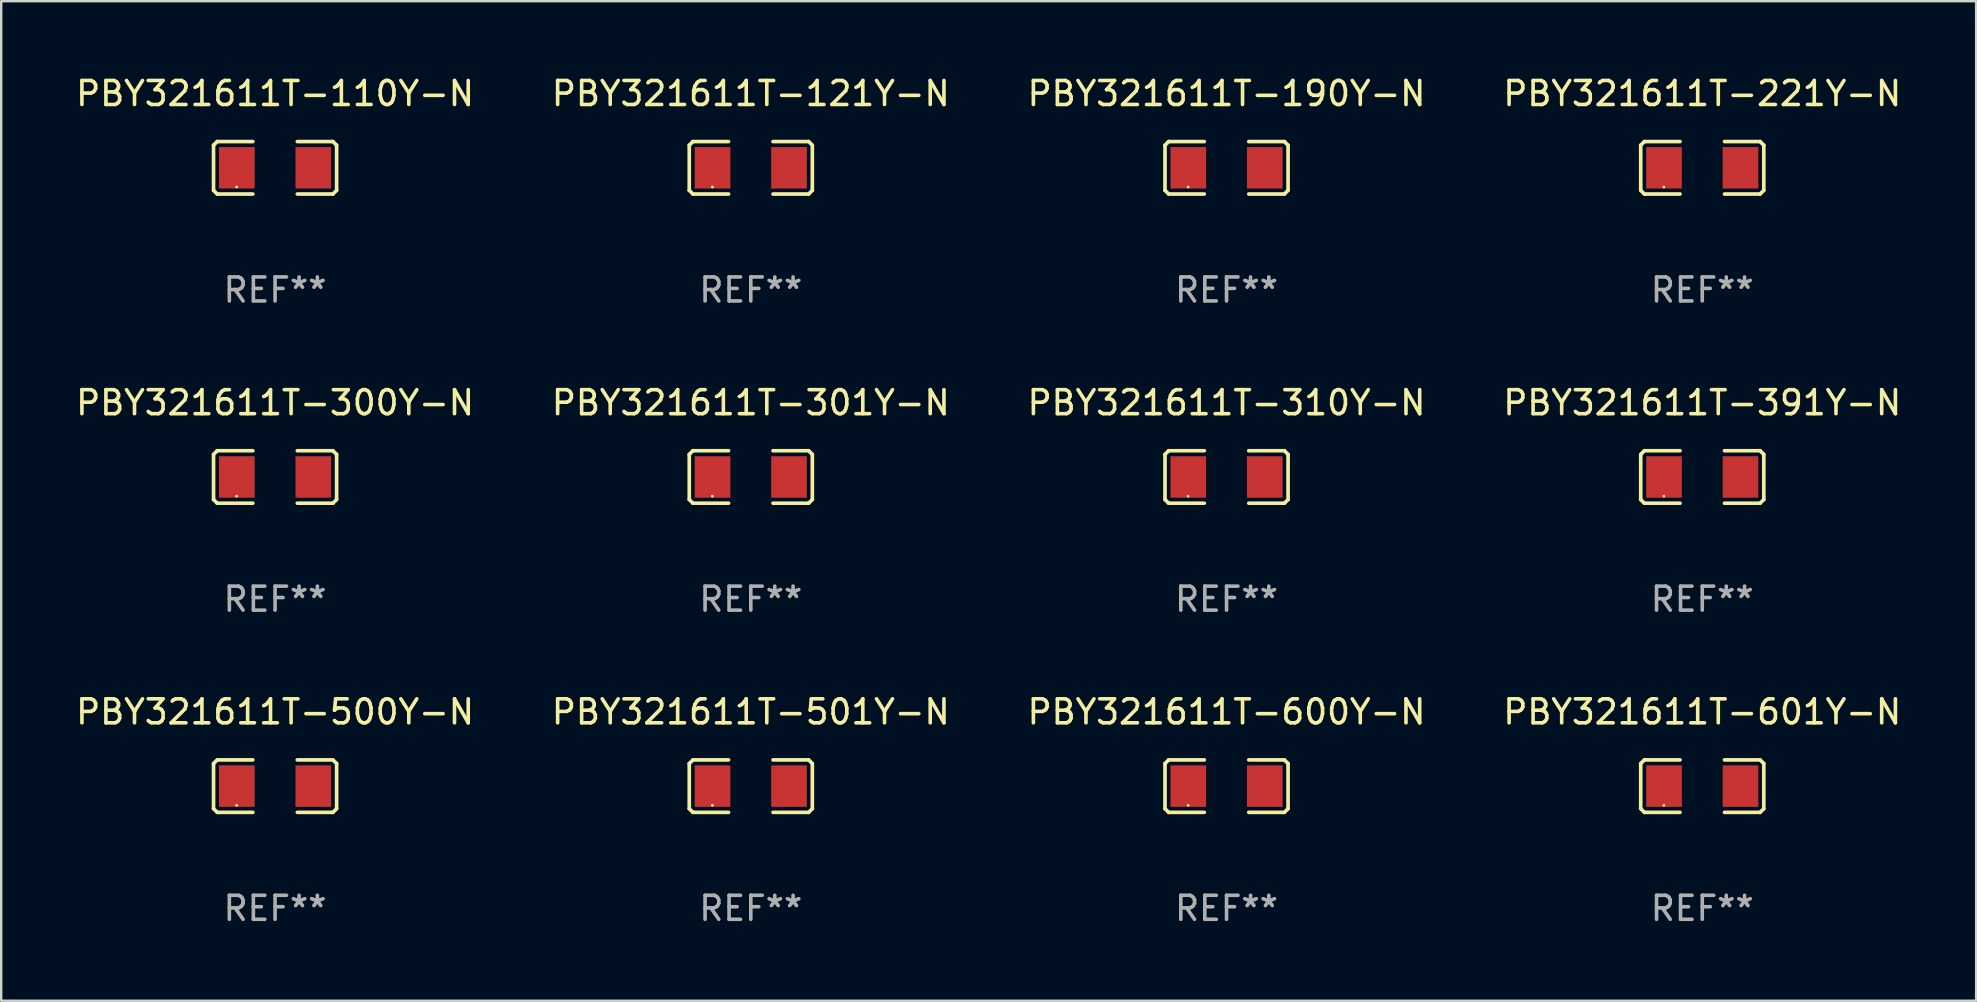
<source format=kicad_pcb>
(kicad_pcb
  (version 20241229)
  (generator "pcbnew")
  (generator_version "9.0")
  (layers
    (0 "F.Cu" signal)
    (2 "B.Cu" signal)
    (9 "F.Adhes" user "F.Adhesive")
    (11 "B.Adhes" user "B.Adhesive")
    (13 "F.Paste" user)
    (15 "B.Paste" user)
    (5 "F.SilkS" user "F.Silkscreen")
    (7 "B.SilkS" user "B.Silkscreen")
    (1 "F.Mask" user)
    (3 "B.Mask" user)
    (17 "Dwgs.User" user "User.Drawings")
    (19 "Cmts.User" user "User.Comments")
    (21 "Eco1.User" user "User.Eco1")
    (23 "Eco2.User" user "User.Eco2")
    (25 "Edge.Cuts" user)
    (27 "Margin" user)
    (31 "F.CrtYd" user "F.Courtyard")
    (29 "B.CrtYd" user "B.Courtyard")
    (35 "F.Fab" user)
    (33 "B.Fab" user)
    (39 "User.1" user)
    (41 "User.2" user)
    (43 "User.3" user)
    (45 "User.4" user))
  (footprint "PBY321611T-501Y-N"
    (layer "F.Cu")
    (at 28.232 29.704)
    (property "Reference" "PBY321611T-501Y-N" (at 0 -3.093 0) (layer "F.SilkS") (effects (font (size 1 1) (thickness 0.15))))
    (attr through_hole)
    (fp_line (start -2.564 -0.94) (end -2.411 -1.093) (stroke (width 0.152) (type solid)) (layer "F.SilkS"))
    (fp_line (start -2.564 0.94) (end -2.564 -0.94) (stroke (width 0.152) (type solid)) (layer "F.SilkS"))
    (fp_line (start -2.411 -1.093) (end -0.926 -1.093) (stroke (width 0.152) (type solid)) (layer "F.SilkS"))
    (fp_line (start -2.411 1.093) (end -2.564 0.94) (stroke (width 0.152) (type solid)) (layer "F.SilkS"))
    (fp_line (start -0.926 1.093) (end -2.411 1.093) (stroke (width 0.152) (type solid)) (layer "F.SilkS"))
    (fp_line (start 0.926 1.093) (end 2.411 1.093) (stroke (width 0.152) (type solid)) (layer "F.SilkS"))
    (fp_line (start 2.411 -1.093) (end 0.926 -1.093) (stroke (width 0.152) (type solid)) (layer "F.SilkS"))
    (fp_line (start 2.411 1.093) (end 2.564 0.94) (stroke (width 0.152) (type solid)) (layer "F.SilkS"))
    (fp_line (start 2.564 -0.94) (end 2.411 -1.093) (stroke (width 0.152) (type solid)) (layer "F.SilkS"))
    (fp_line (start 2.564 0.94) (end 2.564 -0.94) (stroke (width 0.152) (type solid)) (layer "F.SilkS"))
    (fp_circle (center -1.6 0.8) (end -1.57 0.8) (stroke (width 0.06) (type solid)) (fill no) (layer "F.SilkS"))
    (fp_text user "REF**" (at 0 5.093 0) (layer "F.Fab") (effects (font (size 1 1) (thickness 0.15))))
    (pad "1" smd rect (at -1.593 0) (size 1.485 1.728) (layers "F.Cu" "F.Mask" "F.Paste"))
    (pad "2" smd rect (at 1.593 0) (size 1.485 1.728) (layers "F.Cu" "F.Mask" "F.Paste")))
  (footprint "PBY321611T-301Y-N"
    (layer "F.Cu")
    (at 28.232 16.823)
    (property "Reference" "PBY321611T-301Y-N" (at 0 -3.093 0) (layer "F.SilkS") (effects (font (size 1 1) (thickness 0.15))))
    (attr through_hole)
    (fp_line (start -2.564 -0.94) (end -2.411 -1.093) (stroke (width 0.152) (type solid)) (layer "F.SilkS"))
    (fp_line (start -2.564 0.94) (end -2.564 -0.94) (stroke (width 0.152) (type solid)) (layer "F.SilkS"))
    (fp_line (start -2.411 -1.093) (end -0.926 -1.093) (stroke (width 0.152) (type solid)) (layer "F.SilkS"))
    (fp_line (start -2.411 1.093) (end -2.564 0.94) (stroke (width 0.152) (type solid)) (layer "F.SilkS"))
    (fp_line (start -0.926 1.093) (end -2.411 1.093) (stroke (width 0.152) (type solid)) (layer "F.SilkS"))
    (fp_line (start 0.926 1.093) (end 2.411 1.093) (stroke (width 0.152) (type solid)) (layer "F.SilkS"))
    (fp_line (start 2.411 -1.093) (end 0.926 -1.093) (stroke (width 0.152) (type solid)) (layer "F.SilkS"))
    (fp_line (start 2.411 1.093) (end 2.564 0.94) (stroke (width 0.152) (type solid)) (layer "F.SilkS"))
    (fp_line (start 2.564 -0.94) (end 2.411 -1.093) (stroke (width 0.152) (type solid)) (layer "F.SilkS"))
    (fp_line (start 2.564 0.94) (end 2.564 -0.94) (stroke (width 0.152) (type solid)) (layer "F.SilkS"))
    (fp_circle (center -1.6 0.8) (end -1.57 0.8) (stroke (width 0.06) (type solid)) (fill no) (layer "F.SilkS"))
    (fp_text user "REF**" (at 0 5.093 0) (layer "F.Fab") (effects (font (size 1 1) (thickness 0.15))))
    (pad "1" smd rect (at -1.593 0) (size 1.485 1.728) (layers "F.Cu" "F.Mask" "F.Paste"))
    (pad "2" smd rect (at 1.593 0) (size 1.485 1.728) (layers "F.Cu" "F.Mask" "F.Paste")))
  (footprint "PBY321611T-600Y-N"
    (layer "F.Cu")
    (at 48.054 29.704)
    (property "Reference" "PBY321611T-600Y-N" (at 0 -3.093 0) (layer "F.SilkS") (effects (font (size 1 1) (thickness 0.15))))
    (attr through_hole)
    (fp_line (start -2.564 -0.94) (end -2.411 -1.093) (stroke (width 0.152) (type solid)) (layer "F.SilkS"))
    (fp_line (start -2.564 0.94) (end -2.564 -0.94) (stroke (width 0.152) (type solid)) (layer "F.SilkS"))
    (fp_line (start -2.411 -1.093) (end -0.926 -1.093) (stroke (width 0.152) (type solid)) (layer "F.SilkS"))
    (fp_line (start -2.411 1.093) (end -2.564 0.94) (stroke (width 0.152) (type solid)) (layer "F.SilkS"))
    (fp_line (start -0.926 1.093) (end -2.411 1.093) (stroke (width 0.152) (type solid)) (layer "F.SilkS"))
    (fp_line (start 0.926 1.093) (end 2.411 1.093) (stroke (width 0.152) (type solid)) (layer "F.SilkS"))
    (fp_line (start 2.411 -1.093) (end 0.926 -1.093) (stroke (width 0.152) (type solid)) (layer "F.SilkS"))
    (fp_line (start 2.411 1.093) (end 2.564 0.94) (stroke (width 0.152) (type solid)) (layer "F.SilkS"))
    (fp_line (start 2.564 -0.94) (end 2.411 -1.093) (stroke (width 0.152) (type solid)) (layer "F.SilkS"))
    (fp_line (start 2.564 0.94) (end 2.564 -0.94) (stroke (width 0.152) (type solid)) (layer "F.SilkS"))
    (fp_circle (center -1.6 0.8) (end -1.57 0.8) (stroke (width 0.06) (type solid)) (fill no) (layer "F.SilkS"))
    (fp_text user "REF**" (at 0 5.093 0) (layer "F.Fab") (effects (font (size 1 1) (thickness 0.15))))
    (pad "1" smd rect (at -1.593 0) (size 1.485 1.728) (layers "F.Cu" "F.Mask" "F.Paste"))
    (pad "2" smd rect (at 1.593 0) (size 1.485 1.728) (layers "F.Cu" "F.Mask" "F.Paste")))
  (footprint "PBY321611T-310Y-N"
    (layer "F.Cu")
    (at 48.054 16.823)
    (property "Reference" "PBY321611T-310Y-N" (at 0 -3.093 0) (layer "F.SilkS") (effects (font (size 1 1) (thickness 0.15))))
    (attr through_hole)
    (fp_line (start -2.564 -0.94) (end -2.411 -1.093) (stroke (width 0.152) (type solid)) (layer "F.SilkS"))
    (fp_line (start -2.564 0.94) (end -2.564 -0.94) (stroke (width 0.152) (type solid)) (layer "F.SilkS"))
    (fp_line (start -2.411 -1.093) (end -0.926 -1.093) (stroke (width 0.152) (type solid)) (layer "F.SilkS"))
    (fp_line (start -2.411 1.093) (end -2.564 0.94) (stroke (width 0.152) (type solid)) (layer "F.SilkS"))
    (fp_line (start -0.926 1.093) (end -2.411 1.093) (stroke (width 0.152) (type solid)) (layer "F.SilkS"))
    (fp_line (start 0.926 1.093) (end 2.411 1.093) (stroke (width 0.152) (type solid)) (layer "F.SilkS"))
    (fp_line (start 2.411 -1.093) (end 0.926 -1.093) (stroke (width 0.152) (type solid)) (layer "F.SilkS"))
    (fp_line (start 2.411 1.093) (end 2.564 0.94) (stroke (width 0.152) (type solid)) (layer "F.SilkS"))
    (fp_line (start 2.564 -0.94) (end 2.411 -1.093) (stroke (width 0.152) (type solid)) (layer "F.SilkS"))
    (fp_line (start 2.564 0.94) (end 2.564 -0.94) (stroke (width 0.152) (type solid)) (layer "F.SilkS"))
    (fp_circle (center -1.6 0.8) (end -1.57 0.8) (stroke (width 0.06) (type solid)) (fill no) (layer "F.SilkS"))
    (fp_text user "REF**" (at 0 5.093 0) (layer "F.Fab") (effects (font (size 1 1) (thickness 0.15))))
    (pad "1" smd rect (at -1.593 0) (size 1.485 1.728) (layers "F.Cu" "F.Mask" "F.Paste"))
    (pad "2" smd rect (at 1.593 0) (size 1.485 1.728) (layers "F.Cu" "F.Mask" "F.Paste")))
  (footprint "PBY321611T-391Y-N"
    (layer "F.Cu")
    (at 67.875 16.823)
    (property "Reference" "PBY321611T-391Y-N" (at 0 -3.093 0) (layer "F.SilkS") (effects (font (size 1 1) (thickness 0.15))))
    (attr through_hole)
    (fp_line (start -2.564 -0.94) (end -2.411 -1.093) (stroke (width 0.152) (type solid)) (layer "F.SilkS"))
    (fp_line (start -2.564 0.94) (end -2.564 -0.94) (stroke (width 0.152) (type solid)) (layer "F.SilkS"))
    (fp_line (start -2.411 -1.093) (end -0.926 -1.093) (stroke (width 0.152) (type solid)) (layer "F.SilkS"))
    (fp_line (start -2.411 1.093) (end -2.564 0.94) (stroke (width 0.152) (type solid)) (layer "F.SilkS"))
    (fp_line (start -0.926 1.093) (end -2.411 1.093) (stroke (width 0.152) (type solid)) (layer "F.SilkS"))
    (fp_line (start 0.926 1.093) (end 2.411 1.093) (stroke (width 0.152) (type solid)) (layer "F.SilkS"))
    (fp_line (start 2.411 -1.093) (end 0.926 -1.093) (stroke (width 0.152) (type solid)) (layer "F.SilkS"))
    (fp_line (start 2.411 1.093) (end 2.564 0.94) (stroke (width 0.152) (type solid)) (layer "F.SilkS"))
    (fp_line (start 2.564 -0.94) (end 2.411 -1.093) (stroke (width 0.152) (type solid)) (layer "F.SilkS"))
    (fp_line (start 2.564 0.94) (end 2.564 -0.94) (stroke (width 0.152) (type solid)) (layer "F.SilkS"))
    (fp_circle (center -1.6 0.8) (end -1.57 0.8) (stroke (width 0.06) (type solid)) (fill no) (layer "F.SilkS"))
    (fp_text user "REF**" (at 0 5.093 0) (layer "F.Fab") (effects (font (size 1 1) (thickness 0.15))))
    (pad "1" smd rect (at -1.593 0) (size 1.485 1.728) (layers "F.Cu" "F.Mask" "F.Paste"))
    (pad "2" smd rect (at 1.593 0) (size 1.485 1.728) (layers "F.Cu" "F.Mask" "F.Paste")))
  (footprint "PBY321611T-500Y-N"
    (layer "F.Cu")
    (at 8.411 29.704)
    (property "Reference" "PBY321611T-500Y-N" (at 0 -3.093 0) (layer "F.SilkS") (effects (font (size 1 1) (thickness 0.15))))
    (attr through_hole)
    (fp_line (start -2.564 -0.94) (end -2.411 -1.093) (stroke (width 0.152) (type solid)) (layer "F.SilkS"))
    (fp_line (start -2.564 0.94) (end -2.564 -0.94) (stroke (width 0.152) (type solid)) (layer "F.SilkS"))
    (fp_line (start -2.411 -1.093) (end -0.926 -1.093) (stroke (width 0.152) (type solid)) (layer "F.SilkS"))
    (fp_line (start -2.411 1.093) (end -2.564 0.94) (stroke (width 0.152) (type solid)) (layer "F.SilkS"))
    (fp_line (start -0.926 1.093) (end -2.411 1.093) (stroke (width 0.152) (type solid)) (layer "F.SilkS"))
    (fp_line (start 0.926 1.093) (end 2.411 1.093) (stroke (width 0.152) (type solid)) (layer "F.SilkS"))
    (fp_line (start 2.411 -1.093) (end 0.926 -1.093) (stroke (width 0.152) (type solid)) (layer "F.SilkS"))
    (fp_line (start 2.411 1.093) (end 2.564 0.94) (stroke (width 0.152) (type solid)) (layer "F.SilkS"))
    (fp_line (start 2.564 -0.94) (end 2.411 -1.093) (stroke (width 0.152) (type solid)) (layer "F.SilkS"))
    (fp_line (start 2.564 0.94) (end 2.564 -0.94) (stroke (width 0.152) (type solid)) (layer "F.SilkS"))
    (fp_circle (center -1.6 0.8) (end -1.57 0.8) (stroke (width 0.06) (type solid)) (fill no) (layer "F.SilkS"))
    (fp_text user "REF**" (at 0 5.093 0) (layer "F.Fab") (effects (font (size 1 1) (thickness 0.15))))
    (pad "1" smd rect (at -1.593 0) (size 1.485 1.728) (layers "F.Cu" "F.Mask" "F.Paste"))
    (pad "2" smd rect (at 1.593 0) (size 1.485 1.728) (layers "F.Cu" "F.Mask" "F.Paste")))
  (footprint "PBY321611T-601Y-N"
    (layer "F.Cu")
    (at 67.875 29.704)
    (property "Reference" "PBY321611T-601Y-N" (at 0 -3.093 0) (layer "F.SilkS") (effects (font (size 1 1) (thickness 0.15))))
    (attr through_hole)
    (fp_line (start -2.564 -0.94) (end -2.411 -1.093) (stroke (width 0.152) (type solid)) (layer "F.SilkS"))
    (fp_line (start -2.564 0.94) (end -2.564 -0.94) (stroke (width 0.152) (type solid)) (layer "F.SilkS"))
    (fp_line (start -2.411 -1.093) (end -0.926 -1.093) (stroke (width 0.152) (type solid)) (layer "F.SilkS"))
    (fp_line (start -2.411 1.093) (end -2.564 0.94) (stroke (width 0.152) (type solid)) (layer "F.SilkS"))
    (fp_line (start -0.926 1.093) (end -2.411 1.093) (stroke (width 0.152) (type solid)) (layer "F.SilkS"))
    (fp_line (start 0.926 1.093) (end 2.411 1.093) (stroke (width 0.152) (type solid)) (layer "F.SilkS"))
    (fp_line (start 2.411 -1.093) (end 0.926 -1.093) (stroke (width 0.152) (type solid)) (layer "F.SilkS"))
    (fp_line (start 2.411 1.093) (end 2.564 0.94) (stroke (width 0.152) (type solid)) (layer "F.SilkS"))
    (fp_line (start 2.564 -0.94) (end 2.411 -1.093) (stroke (width 0.152) (type solid)) (layer "F.SilkS"))
    (fp_line (start 2.564 0.94) (end 2.564 -0.94) (stroke (width 0.152) (type solid)) (layer "F.SilkS"))
    (fp_circle (center -1.6 0.8) (end -1.57 0.8) (stroke (width 0.06) (type solid)) (fill no) (layer "F.SilkS"))
    (fp_text user "REF**" (at 0 5.093 0) (layer "F.Fab") (effects (font (size 1 1) (thickness 0.15))))
    (pad "1" smd rect (at -1.593 0) (size 1.485 1.728) (layers "F.Cu" "F.Mask" "F.Paste"))
    (pad "2" smd rect (at 1.593 0) (size 1.485 1.728) (layers "F.Cu" "F.Mask" "F.Paste")))
  (footprint "PBY321611T-121Y-N"
    (layer "F.Cu")
    (at 28.232 3.941)
    (property "Reference" "PBY321611T-121Y-N" (at 0 -3.093 0) (layer "F.SilkS") (effects (font (size 1 1) (thickness 0.15))))
    (attr through_hole)
    (fp_line (start -2.564 -0.94) (end -2.411 -1.093) (stroke (width 0.152) (type solid)) (layer "F.SilkS"))
    (fp_line (start -2.564 0.94) (end -2.564 -0.94) (stroke (width 0.152) (type solid)) (layer "F.SilkS"))
    (fp_line (start -2.411 -1.093) (end -0.926 -1.093) (stroke (width 0.152) (type solid)) (layer "F.SilkS"))
    (fp_line (start -2.411 1.093) (end -2.564 0.94) (stroke (width 0.152) (type solid)) (layer "F.SilkS"))
    (fp_line (start -0.926 1.093) (end -2.411 1.093) (stroke (width 0.152) (type solid)) (layer "F.SilkS"))
    (fp_line (start 0.926 1.093) (end 2.411 1.093) (stroke (width 0.152) (type solid)) (layer "F.SilkS"))
    (fp_line (start 2.411 -1.093) (end 0.926 -1.093) (stroke (width 0.152) (type solid)) (layer "F.SilkS"))
    (fp_line (start 2.411 1.093) (end 2.564 0.94) (stroke (width 0.152) (type solid)) (layer "F.SilkS"))
    (fp_line (start 2.564 -0.94) (end 2.411 -1.093) (stroke (width 0.152) (type solid)) (layer "F.SilkS"))
    (fp_line (start 2.564 0.94) (end 2.564 -0.94) (stroke (width 0.152) (type solid)) (layer "F.SilkS"))
    (fp_circle (center -1.6 0.8) (end -1.57 0.8) (stroke (width 0.06) (type solid)) (fill no) (layer "F.SilkS"))
    (fp_text user "REF**" (at 0 5.093 0) (layer "F.Fab") (effects (font (size 1 1) (thickness 0.15))))
    (pad "1" smd rect (at -1.593 0) (size 1.485 1.728) (layers "F.Cu" "F.Mask" "F.Paste"))
    (pad "2" smd rect (at 1.593 0) (size 1.485 1.728) (layers "F.Cu" "F.Mask" "F.Paste")))
  (footprint "PBY321611T-110Y-N"
    (layer "F.Cu")
    (at 8.411 3.941)
    (property "Reference" "PBY321611T-110Y-N" (at 0 -3.093 0) (layer "F.SilkS") (effects (font (size 1 1) (thickness 0.15))))
    (attr through_hole)
    (fp_line (start -2.564 -0.94) (end -2.411 -1.093) (stroke (width 0.152) (type solid)) (layer "F.SilkS"))
    (fp_line (start -2.564 0.94) (end -2.564 -0.94) (stroke (width 0.152) (type solid)) (layer "F.SilkS"))
    (fp_line (start -2.411 -1.093) (end -0.926 -1.093) (stroke (width 0.152) (type solid)) (layer "F.SilkS"))
    (fp_line (start -2.411 1.093) (end -2.564 0.94) (stroke (width 0.152) (type solid)) (layer "F.SilkS"))
    (fp_line (start -0.926 1.093) (end -2.411 1.093) (stroke (width 0.152) (type solid)) (layer "F.SilkS"))
    (fp_line (start 0.926 1.093) (end 2.411 1.093) (stroke (width 0.152) (type solid)) (layer "F.SilkS"))
    (fp_line (start 2.411 -1.093) (end 0.926 -1.093) (stroke (width 0.152) (type solid)) (layer "F.SilkS"))
    (fp_line (start 2.411 1.093) (end 2.564 0.94) (stroke (width 0.152) (type solid)) (layer "F.SilkS"))
    (fp_line (start 2.564 -0.94) (end 2.411 -1.093) (stroke (width 0.152) (type solid)) (layer "F.SilkS"))
    (fp_line (start 2.564 0.94) (end 2.564 -0.94) (stroke (width 0.152) (type solid)) (layer "F.SilkS"))
    (fp_circle (center -1.6 0.8) (end -1.57 0.8) (stroke (width 0.06) (type solid)) (fill no) (layer "F.SilkS"))
    (fp_text user "REF**" (at 0 5.093 0) (layer "F.Fab") (effects (font (size 1 1) (thickness 0.15))))
    (pad "1" smd rect (at -1.593 0) (size 1.485 1.728) (layers "F.Cu" "F.Mask" "F.Paste"))
    (pad "2" smd rect (at 1.593 0) (size 1.485 1.728) (layers "F.Cu" "F.Mask" "F.Paste")))
  (footprint "PBY321611T-190Y-N"
    (layer "F.Cu")
    (at 48.054 3.941)
    (property "Reference" "PBY321611T-190Y-N" (at 0 -3.093 0) (layer "F.SilkS") (effects (font (size 1 1) (thickness 0.15))))
    (attr through_hole)
    (fp_line (start -2.564 -0.94) (end -2.411 -1.093) (stroke (width 0.152) (type solid)) (layer "F.SilkS"))
    (fp_line (start -2.564 0.94) (end -2.564 -0.94) (stroke (width 0.152) (type solid)) (layer "F.SilkS"))
    (fp_line (start -2.411 -1.093) (end -0.926 -1.093) (stroke (width 0.152) (type solid)) (layer "F.SilkS"))
    (fp_line (start -2.411 1.093) (end -2.564 0.94) (stroke (width 0.152) (type solid)) (layer "F.SilkS"))
    (fp_line (start -0.926 1.093) (end -2.411 1.093) (stroke (width 0.152) (type solid)) (layer "F.SilkS"))
    (fp_line (start 0.926 1.093) (end 2.411 1.093) (stroke (width 0.152) (type solid)) (layer "F.SilkS"))
    (fp_line (start 2.411 -1.093) (end 0.926 -1.093) (stroke (width 0.152) (type solid)) (layer "F.SilkS"))
    (fp_line (start 2.411 1.093) (end 2.564 0.94) (stroke (width 0.152) (type solid)) (layer "F.SilkS"))
    (fp_line (start 2.564 -0.94) (end 2.411 -1.093) (stroke (width 0.152) (type solid)) (layer "F.SilkS"))
    (fp_line (start 2.564 0.94) (end 2.564 -0.94) (stroke (width 0.152) (type solid)) (layer "F.SilkS"))
    (fp_circle (center -1.6 0.8) (end -1.57 0.8) (stroke (width 0.06) (type solid)) (fill no) (layer "F.SilkS"))
    (fp_text user "REF**" (at 0 5.093 0) (layer "F.Fab") (effects (font (size 1 1) (thickness 0.15))))
    (pad "1" smd rect (at -1.593 0) (size 1.485 1.728) (layers "F.Cu" "F.Mask" "F.Paste"))
    (pad "2" smd rect (at 1.593 0) (size 1.485 1.728) (layers "F.Cu" "F.Mask" "F.Paste")))
  (footprint "PBY321611T-300Y-N"
    (layer "F.Cu")
    (at 8.411 16.823)
    (property "Reference" "PBY321611T-300Y-N" (at 0 -3.093 0) (layer "F.SilkS") (effects (font (size 1 1) (thickness 0.15))))
    (attr through_hole)
    (fp_line (start -2.564 -0.94) (end -2.411 -1.093) (stroke (width 0.152) (type solid)) (layer "F.SilkS"))
    (fp_line (start -2.564 0.94) (end -2.564 -0.94) (stroke (width 0.152) (type solid)) (layer "F.SilkS"))
    (fp_line (start -2.411 -1.093) (end -0.926 -1.093) (stroke (width 0.152) (type solid)) (layer "F.SilkS"))
    (fp_line (start -2.411 1.093) (end -2.564 0.94) (stroke (width 0.152) (type solid)) (layer "F.SilkS"))
    (fp_line (start -0.926 1.093) (end -2.411 1.093) (stroke (width 0.152) (type solid)) (layer "F.SilkS"))
    (fp_line (start 0.926 1.093) (end 2.411 1.093) (stroke (width 0.152) (type solid)) (layer "F.SilkS"))
    (fp_line (start 2.411 -1.093) (end 0.926 -1.093) (stroke (width 0.152) (type solid)) (layer "F.SilkS"))
    (fp_line (start 2.411 1.093) (end 2.564 0.94) (stroke (width 0.152) (type solid)) (layer "F.SilkS"))
    (fp_line (start 2.564 -0.94) (end 2.411 -1.093) (stroke (width 0.152) (type solid)) (layer "F.SilkS"))
    (fp_line (start 2.564 0.94) (end 2.564 -0.94) (stroke (width 0.152) (type solid)) (layer "F.SilkS"))
    (fp_circle (center -1.6 0.8) (end -1.57 0.8) (stroke (width 0.06) (type solid)) (fill no) (layer "F.SilkS"))
    (fp_text user "REF**" (at 0 5.093 0) (layer "F.Fab") (effects (font (size 1 1) (thickness 0.15))))
    (pad "1" smd rect (at -1.593 0) (size 1.485 1.728) (layers "F.Cu" "F.Mask" "F.Paste"))
    (pad "2" smd rect (at 1.593 0) (size 1.485 1.728) (layers "F.Cu" "F.Mask" "F.Paste")))
  (footprint "PBY321611T-221Y-N"
    (layer "F.Cu")
    (at 67.875 3.941)
    (property "Reference" "PBY321611T-221Y-N" (at 0 -3.093 0) (layer "F.SilkS") (effects (font (size 1 1) (thickness 0.15))))
    (attr through_hole)
    (fp_line (start -2.564 -0.94) (end -2.411 -1.093) (stroke (width 0.152) (type solid)) (layer "F.SilkS"))
    (fp_line (start -2.564 0.94) (end -2.564 -0.94) (stroke (width 0.152) (type solid)) (layer "F.SilkS"))
    (fp_line (start -2.411 -1.093) (end -0.926 -1.093) (stroke (width 0.152) (type solid)) (layer "F.SilkS"))
    (fp_line (start -2.411 1.093) (end -2.564 0.94) (stroke (width 0.152) (type solid)) (layer "F.SilkS"))
    (fp_line (start -0.926 1.093) (end -2.411 1.093) (stroke (width 0.152) (type solid)) (layer "F.SilkS"))
    (fp_line (start 0.926 1.093) (end 2.411 1.093) (stroke (width 0.152) (type solid)) (layer "F.SilkS"))
    (fp_line (start 2.411 -1.093) (end 0.926 -1.093) (stroke (width 0.152) (type solid)) (layer "F.SilkS"))
    (fp_line (start 2.411 1.093) (end 2.564 0.94) (stroke (width 0.152) (type solid)) (layer "F.SilkS"))
    (fp_line (start 2.564 -0.94) (end 2.411 -1.093) (stroke (width 0.152) (type solid)) (layer "F.SilkS"))
    (fp_line (start 2.564 0.94) (end 2.564 -0.94) (stroke (width 0.152) (type solid)) (layer "F.SilkS"))
    (fp_circle (center -1.6 0.8) (end -1.57 0.8) (stroke (width 0.06) (type solid)) (fill no) (layer "F.SilkS"))
    (fp_text user "REF**" (at 0 5.093 0) (layer "F.Fab") (effects (font (size 1 1) (thickness 0.15))))
    (pad "1" smd rect (at -1.593 0) (size 1.485 1.728) (layers "F.Cu" "F.Mask" "F.Paste"))
    (pad "2" smd rect (at 1.593 0) (size 1.485 1.728) (layers "F.Cu" "F.Mask" "F.Paste")))
  (gr_rect
    (start -3 -3)
    (end 79.286 38.645)
    (stroke (width 0.1) (type default))
    (fill no)
    (layer "Edge.Cuts")))
</source>
